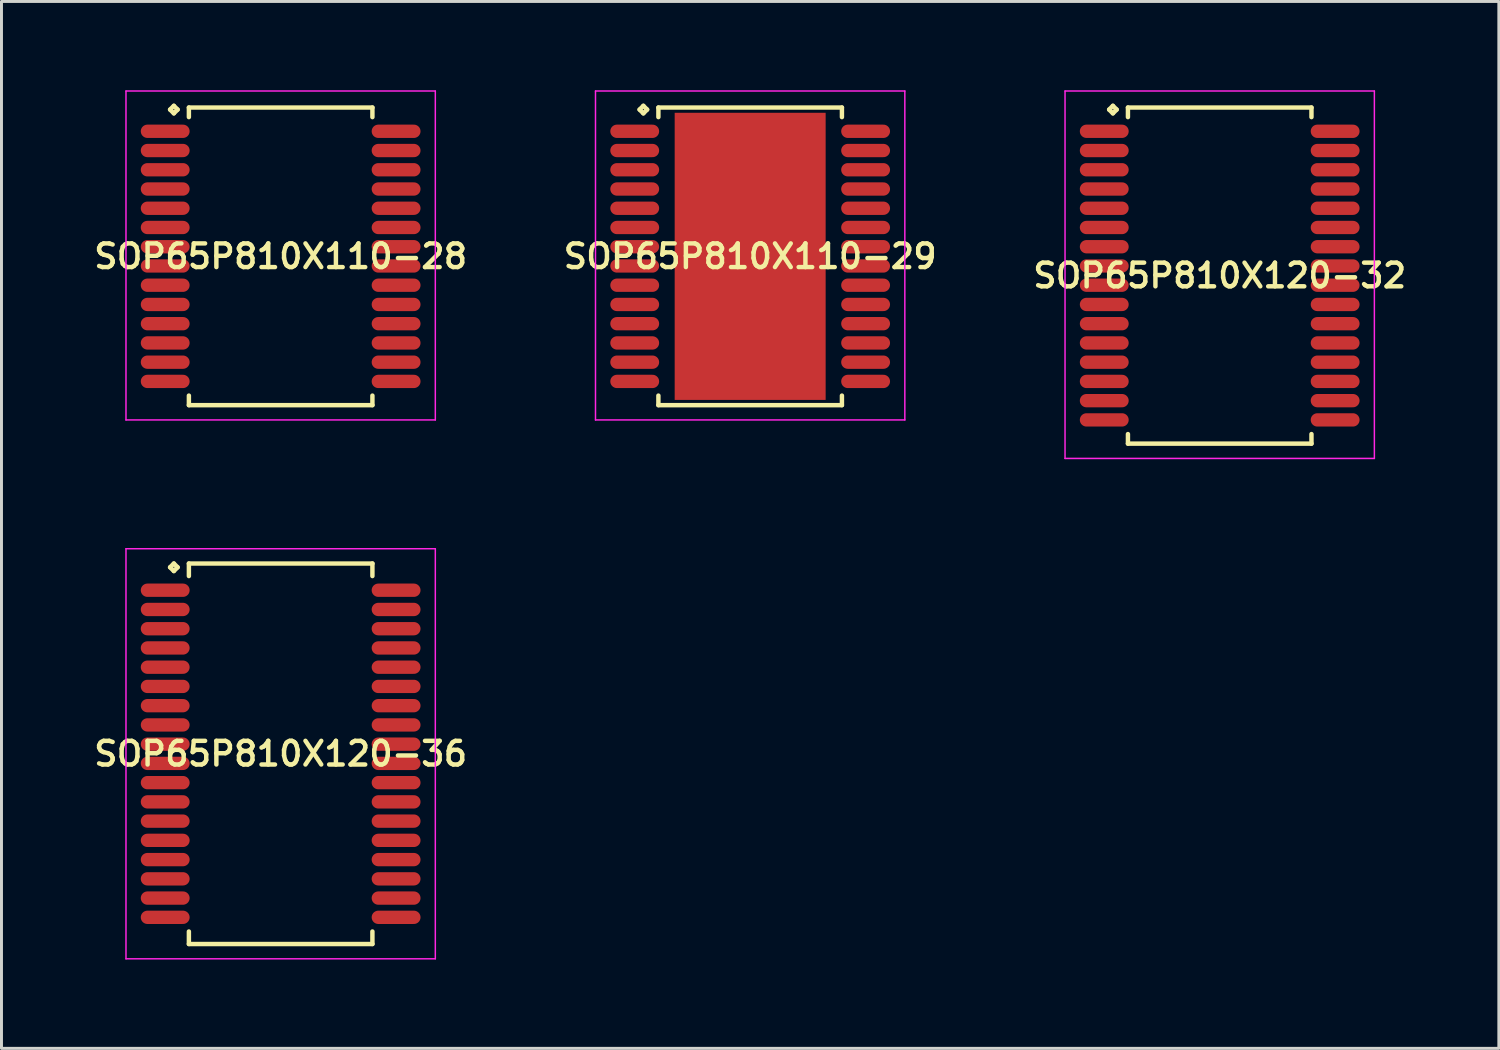
<source format=kicad_pcb>
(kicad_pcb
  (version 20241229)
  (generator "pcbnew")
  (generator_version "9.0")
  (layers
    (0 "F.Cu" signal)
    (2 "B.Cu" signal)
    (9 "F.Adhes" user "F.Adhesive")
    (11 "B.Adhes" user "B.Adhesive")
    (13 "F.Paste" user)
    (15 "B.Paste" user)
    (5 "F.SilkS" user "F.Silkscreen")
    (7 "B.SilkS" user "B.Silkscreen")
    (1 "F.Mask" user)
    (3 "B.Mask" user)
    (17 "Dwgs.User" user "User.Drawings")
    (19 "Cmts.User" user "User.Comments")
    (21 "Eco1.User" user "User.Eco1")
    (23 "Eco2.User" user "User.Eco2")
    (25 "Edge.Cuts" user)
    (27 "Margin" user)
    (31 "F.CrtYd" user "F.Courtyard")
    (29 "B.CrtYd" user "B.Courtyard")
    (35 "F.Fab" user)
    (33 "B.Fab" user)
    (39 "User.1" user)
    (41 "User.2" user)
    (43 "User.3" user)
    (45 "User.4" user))
  (footprint "SOP65P810X120-36"
    (layer "F.Cu")
    (at 6.431 22.414)
    (property "Reference" "SOP65P810X120-36" (at 0 0 0) (layer "F.SilkS") (effects (font (size 0.8 0.8) (thickness 0.15))))
    (attr smd)
    (fp_line (start -3.735 -6.3) (end -3.608 -6.427) (stroke (width 0.15) (type solid)) (layer "F.SilkS"))
    (fp_line (start -3.608 -6.427) (end -3.481 -6.3) (stroke (width 0.15) (type solid)) (layer "F.SilkS"))
    (fp_line (start -3.608 -6.173) (end -3.735 -6.3) (stroke (width 0.15) (type solid)) (layer "F.SilkS"))
    (fp_line (start -3.481 -6.3) (end -3.608 -6.173) (stroke (width 0.15) (type solid)) (layer "F.SilkS"))
    (fp_line (start -3.1 -6.427) (end 3.1 -6.427) (stroke (width 0.15) (type solid)) (layer "F.SilkS"))
    (fp_line (start -3.1 -6.004) (end -3.1 -6.427) (stroke (width 0.15) (type solid)) (layer "F.SilkS"))
    (fp_line (start -3.1 6.004) (end -3.1 6.427) (stroke (width 0.15) (type solid)) (layer "F.SilkS"))
    (fp_line (start -3.1 6.427) (end 3.1 6.427) (stroke (width 0.15) (type solid)) (layer "F.SilkS"))
    (fp_line (start 3.1 -6.427) (end 3.1 -6.004) (stroke (width 0.15) (type solid)) (layer "F.SilkS"))
    (fp_line (start 3.1 6.427) (end 3.1 6.004) (stroke (width 0.15) (type solid)) (layer "F.SilkS"))
    (fp_line (start -5.225 -6.927) (end 5.225 -6.927) (stroke (width 0.05) (type solid)) (layer "F.CrtYd"))
    (fp_line (start -5.225 6.927) (end -5.225 -6.927) (stroke (width 0.05) (type solid)) (layer "F.CrtYd"))
    (fp_line (start 5.225 -6.927) (end 5.225 6.927) (stroke (width 0.05) (type solid)) (layer "F.CrtYd"))
    (fp_line (start 5.225 6.927) (end -5.225 6.927) (stroke (width 0.05) (type solid)) (layer "F.CrtYd"))
    (pad "1" smd oval (at -3.9 -5.525) (size 1.65 0.45) (layers "F.Cu" "F.Mask" "F.Paste"))
    (pad "2" smd oval (at -3.9 -4.875) (size 1.65 0.45) (layers "F.Cu" "F.Mask" "F.Paste"))
    (pad "3" smd oval (at -3.9 -4.225) (size 1.65 0.45) (layers "F.Cu" "F.Mask" "F.Paste"))
    (pad "4" smd oval (at -3.9 -3.575) (size 1.65 0.45) (layers "F.Cu" "F.Mask" "F.Paste"))
    (pad "5" smd oval (at -3.9 -2.925) (size 1.65 0.45) (layers "F.Cu" "F.Mask" "F.Paste"))
    (pad "6" smd oval (at -3.9 -2.275) (size 1.65 0.45) (layers "F.Cu" "F.Mask" "F.Paste"))
    (pad "7" smd oval (at -3.9 -1.625) (size 1.65 0.45) (layers "F.Cu" "F.Mask" "F.Paste"))
    (pad "8" smd oval (at -3.9 -0.975) (size 1.65 0.45) (layers "F.Cu" "F.Mask" "F.Paste"))
    (pad "9" smd oval (at -3.9 -0.325) (size 1.65 0.45) (layers "F.Cu" "F.Mask" "F.Paste"))
    (pad "10" smd oval (at -3.9 0.325) (size 1.65 0.45) (layers "F.Cu" "F.Mask" "F.Paste"))
    (pad "11" smd oval (at -3.9 0.975) (size 1.65 0.45) (layers "F.Cu" "F.Mask" "F.Paste"))
    (pad "12" smd oval (at -3.9 1.625) (size 1.65 0.45) (layers "F.Cu" "F.Mask" "F.Paste"))
    (pad "13" smd oval (at -3.9 2.275) (size 1.65 0.45) (layers "F.Cu" "F.Mask" "F.Paste"))
    (pad "14" smd oval (at -3.9 2.925) (size 1.65 0.45) (layers "F.Cu" "F.Mask" "F.Paste"))
    (pad "15" smd oval (at -3.9 3.575) (size 1.65 0.45) (layers "F.Cu" "F.Mask" "F.Paste"))
    (pad "16" smd oval (at -3.9 4.225) (size 1.65 0.45) (layers "F.Cu" "F.Mask" "F.Paste"))
    (pad "17" smd oval (at -3.9 4.875) (size 1.65 0.45) (layers "F.Cu" "F.Mask" "F.Paste"))
    (pad "18" smd oval (at -3.9 5.525) (size 1.65 0.45) (layers "F.Cu" "F.Mask" "F.Paste"))
    (pad "19" smd oval (at 3.9 5.525) (size 1.65 0.45) (layers "F.Cu" "F.Mask" "F.Paste"))
    (pad "20" smd oval (at 3.9 4.875) (size 1.65 0.45) (layers "F.Cu" "F.Mask" "F.Paste"))
    (pad "21" smd oval (at 3.9 4.225) (size 1.65 0.45) (layers "F.Cu" "F.Mask" "F.Paste"))
    (pad "22" smd oval (at 3.9 3.575) (size 1.65 0.45) (layers "F.Cu" "F.Mask" "F.Paste"))
    (pad "23" smd oval (at 3.9 2.925) (size 1.65 0.45) (layers "F.Cu" "F.Mask" "F.Paste"))
    (pad "24" smd oval (at 3.9 2.275) (size 1.65 0.45) (layers "F.Cu" "F.Mask" "F.Paste"))
    (pad "25" smd oval (at 3.9 1.625) (size 1.65 0.45) (layers "F.Cu" "F.Mask" "F.Paste"))
    (pad "26" smd oval (at 3.9 0.975) (size 1.65 0.45) (layers "F.Cu" "F.Mask" "F.Paste"))
    (pad "27" smd oval (at 3.9 0.325) (size 1.65 0.45) (layers "F.Cu" "F.Mask" "F.Paste"))
    (pad "28" smd oval (at 3.9 -0.325) (size 1.65 0.45) (layers "F.Cu" "F.Mask" "F.Paste"))
    (pad "29" smd oval (at 3.9 -0.975) (size 1.65 0.45) (layers "F.Cu" "F.Mask" "F.Paste"))
    (pad "30" smd oval (at 3.9 -1.625) (size 1.65 0.45) (layers "F.Cu" "F.Mask" "F.Paste"))
    (pad "31" smd oval (at 3.9 -2.275) (size 1.65 0.45) (layers "F.Cu" "F.Mask" "F.Paste"))
    (pad "32" smd oval (at 3.9 -2.925) (size 1.65 0.45) (layers "F.Cu" "F.Mask" "F.Paste"))
    (pad "33" smd oval (at 3.9 -3.575) (size 1.65 0.45) (layers "F.Cu" "F.Mask" "F.Paste"))
    (pad "34" smd oval (at 3.9 -4.225) (size 1.65 0.45) (layers "F.Cu" "F.Mask" "F.Paste"))
    (pad "35" smd oval (at 3.9 -4.875) (size 1.65 0.45) (layers "F.Cu" "F.Mask" "F.Paste"))
    (pad "36" smd oval (at 3.9 -5.525) (size 1.65 0.45) (layers "F.Cu" "F.Mask" "F.Paste")))
  (footprint "SOP65P810X120-32"
    (layer "F.Cu")
    (at 38.154 6.26)
    (property "Reference" "SOP65P810X120-32" (at 0 0 0) (layer "F.SilkS") (effects (font (size 0.8 0.8) (thickness 0.15))))
    (attr smd)
    (fp_line (start -3.735 -5.608) (end -3.608 -5.735) (stroke (width 0.15) (type solid)) (layer "F.SilkS"))
    (fp_line (start -3.608 -5.735) (end -3.481 -5.608) (stroke (width 0.15) (type solid)) (layer "F.SilkS"))
    (fp_line (start -3.608 -5.481) (end -3.735 -5.608) (stroke (width 0.15) (type solid)) (layer "F.SilkS"))
    (fp_line (start -3.481 -5.608) (end -3.608 -5.481) (stroke (width 0.15) (type solid)) (layer "F.SilkS"))
    (fp_line (start -3.1 -5.677) (end 3.1 -5.677) (stroke (width 0.15) (type solid)) (layer "F.SilkS"))
    (fp_line (start -3.1 -5.354) (end -3.1 -5.677) (stroke (width 0.15) (type solid)) (layer "F.SilkS"))
    (fp_line (start -3.1 5.354) (end -3.1 5.677) (stroke (width 0.15) (type solid)) (layer "F.SilkS"))
    (fp_line (start -3.1 5.677) (end 3.1 5.677) (stroke (width 0.15) (type solid)) (layer "F.SilkS"))
    (fp_line (start 3.1 -5.677) (end 3.1 -5.354) (stroke (width 0.15) (type solid)) (layer "F.SilkS"))
    (fp_line (start 3.1 5.677) (end 3.1 5.354) (stroke (width 0.15) (type solid)) (layer "F.SilkS"))
    (fp_line (start -5.225 -6.235) (end 5.225 -6.235) (stroke (width 0.05) (type solid)) (layer "F.CrtYd"))
    (fp_line (start -5.225 6.177) (end -5.225 -6.235) (stroke (width 0.05) (type solid)) (layer "F.CrtYd"))
    (fp_line (start 5.225 -6.235) (end 5.225 6.177) (stroke (width 0.05) (type solid)) (layer "F.CrtYd"))
    (fp_line (start 5.225 6.177) (end -5.225 6.177) (stroke (width 0.05) (type solid)) (layer "F.CrtYd"))
    (pad "1" smd oval (at -3.9 -4.875) (size 1.65 0.45) (layers "F.Cu" "F.Mask" "F.Paste"))
    (pad "2" smd oval (at -3.9 -4.225) (size 1.65 0.45) (layers "F.Cu" "F.Mask" "F.Paste"))
    (pad "3" smd oval (at -3.9 -3.575) (size 1.65 0.45) (layers "F.Cu" "F.Mask" "F.Paste"))
    (pad "4" smd oval (at -3.9 -2.925) (size 1.65 0.45) (layers "F.Cu" "F.Mask" "F.Paste"))
    (pad "5" smd oval (at -3.9 -2.275) (size 1.65 0.45) (layers "F.Cu" "F.Mask" "F.Paste"))
    (pad "6" smd oval (at -3.9 -1.625) (size 1.65 0.45) (layers "F.Cu" "F.Mask" "F.Paste"))
    (pad "7" smd oval (at -3.9 -0.975) (size 1.65 0.45) (layers "F.Cu" "F.Mask" "F.Paste"))
    (pad "8" smd oval (at -3.9 -0.325) (size 1.65 0.45) (layers "F.Cu" "F.Mask" "F.Paste"))
    (pad "9" smd oval (at -3.9 0.325) (size 1.65 0.45) (layers "F.Cu" "F.Mask" "F.Paste"))
    (pad "10" smd oval (at -3.9 0.975) (size 1.65 0.45) (layers "F.Cu" "F.Mask" "F.Paste"))
    (pad "11" smd oval (at -3.9 1.625) (size 1.65 0.45) (layers "F.Cu" "F.Mask" "F.Paste"))
    (pad "12" smd oval (at -3.9 2.275) (size 1.65 0.45) (layers "F.Cu" "F.Mask" "F.Paste"))
    (pad "13" smd oval (at -3.9 2.925) (size 1.65 0.45) (layers "F.Cu" "F.Mask" "F.Paste"))
    (pad "14" smd oval (at -3.9 3.575) (size 1.65 0.45) (layers "F.Cu" "F.Mask" "F.Paste"))
    (pad "15" smd oval (at -3.9 4.225) (size 1.65 0.45) (layers "F.Cu" "F.Mask" "F.Paste"))
    (pad "16" smd oval (at -3.9 4.875) (size 1.65 0.45) (layers "F.Cu" "F.Mask" "F.Paste"))
    (pad "17" smd oval (at 3.9 4.875) (size 1.65 0.45) (layers "F.Cu" "F.Mask" "F.Paste"))
    (pad "18" smd oval (at 3.9 4.225) (size 1.65 0.45) (layers "F.Cu" "F.Mask" "F.Paste"))
    (pad "19" smd oval (at 3.9 3.575) (size 1.65 0.45) (layers "F.Cu" "F.Mask" "F.Paste"))
    (pad "20" smd oval (at 3.9 2.925) (size 1.65 0.45) (layers "F.Cu" "F.Mask" "F.Paste"))
    (pad "21" smd oval (at 3.9 2.275) (size 1.65 0.45) (layers "F.Cu" "F.Mask" "F.Paste"))
    (pad "22" smd oval (at 3.9 1.625) (size 1.65 0.45) (layers "F.Cu" "F.Mask" "F.Paste"))
    (pad "23" smd oval (at 3.9 0.975) (size 1.65 0.45) (layers "F.Cu" "F.Mask" "F.Paste"))
    (pad "24" smd oval (at 3.9 0.325) (size 1.65 0.45) (layers "F.Cu" "F.Mask" "F.Paste"))
    (pad "25" smd oval (at 3.9 -0.325) (size 1.65 0.45) (layers "F.Cu" "F.Mask" "F.Paste"))
    (pad "26" smd oval (at 3.9 -0.975) (size 1.65 0.45) (layers "F.Cu" "F.Mask" "F.Paste"))
    (pad "27" smd oval (at 3.9 -1.625) (size 1.65 0.45) (layers "F.Cu" "F.Mask" "F.Paste"))
    (pad "28" smd oval (at 3.9 -2.275) (size 1.65 0.45) (layers "F.Cu" "F.Mask" "F.Paste"))
    (pad "29" smd oval (at 3.9 -2.925) (size 1.65 0.45) (layers "F.Cu" "F.Mask" "F.Paste"))
    (pad "30" smd oval (at 3.9 -3.575) (size 1.65 0.45) (layers "F.Cu" "F.Mask" "F.Paste"))
    (pad "31" smd oval (at 3.9 -4.225) (size 1.65 0.45) (layers "F.Cu" "F.Mask" "F.Paste"))
    (pad "32" smd oval (at 3.9 -4.875) (size 1.65 0.45) (layers "F.Cu" "F.Mask" "F.Paste")))
  (footprint "SOP65P810X110-29"
    (layer "F.Cu")
    (at 22.292 5.61)
    (property "Reference" "SOP65P810X110-29" (at 0 0 0) (layer "F.SilkS") (effects (font (size 0.8 0.8) (thickness 0.15))))
    (attr smd)
    (fp_line (start -3.735 -4.958) (end -3.608 -5.085) (stroke (width 0.15) (type solid)) (layer "F.SilkS"))
    (fp_line (start -3.608 -5.085) (end -3.481 -4.958) (stroke (width 0.15) (type solid)) (layer "F.SilkS"))
    (fp_line (start -3.608 -4.831) (end -3.735 -4.958) (stroke (width 0.15) (type solid)) (layer "F.SilkS"))
    (fp_line (start -3.481 -4.958) (end -3.608 -4.831) (stroke (width 0.15) (type solid)) (layer "F.SilkS"))
    (fp_line (start -3.1 -5.027) (end 3.1 -5.027) (stroke (width 0.15) (type solid)) (layer "F.SilkS"))
    (fp_line (start -3.1 -4.704) (end -3.1 -5.027) (stroke (width 0.15) (type solid)) (layer "F.SilkS"))
    (fp_line (start -3.1 4.704) (end -3.1 5.027) (stroke (width 0.15) (type solid)) (layer "F.SilkS"))
    (fp_line (start -3.1 5.027) (end 3.1 5.027) (stroke (width 0.15) (type solid)) (layer "F.SilkS"))
    (fp_line (start 3.1 -5.027) (end 3.1 -4.704) (stroke (width 0.15) (type solid)) (layer "F.SilkS"))
    (fp_line (start 3.1 5.027) (end 3.1 4.704) (stroke (width 0.15) (type solid)) (layer "F.SilkS"))
    (fp_line (start -5.225 -5.585) (end 5.225 -5.585) (stroke (width 0.05) (type solid)) (layer "F.CrtYd"))
    (fp_line (start -5.225 5.527) (end -5.225 -5.585) (stroke (width 0.05) (type solid)) (layer "F.CrtYd"))
    (fp_line (start 5.225 -5.585) (end 5.225 5.527) (stroke (width 0.05) (type solid)) (layer "F.CrtYd"))
    (fp_line (start 5.225 5.527) (end -5.225 5.527) (stroke (width 0.05) (type solid)) (layer "F.CrtYd"))
    (pad "1" smd oval (at -3.9 -4.225) (size 1.65 0.45) (layers "F.Cu" "F.Mask" "F.Paste"))
    (pad "2" smd oval (at -3.9 -3.575) (size 1.65 0.45) (layers "F.Cu" "F.Mask" "F.Paste"))
    (pad "3" smd oval (at -3.9 -2.925) (size 1.65 0.45) (layers "F.Cu" "F.Mask" "F.Paste"))
    (pad "4" smd oval (at -3.9 -2.275) (size 1.65 0.45) (layers "F.Cu" "F.Mask" "F.Paste"))
    (pad "5" smd oval (at -3.9 -1.625) (size 1.65 0.45) (layers "F.Cu" "F.Mask" "F.Paste"))
    (pad "6" smd oval (at -3.9 -0.975) (size 1.65 0.45) (layers "F.Cu" "F.Mask" "F.Paste"))
    (pad "7" smd oval (at -3.9 -0.325) (size 1.65 0.45) (layers "F.Cu" "F.Mask" "F.Paste"))
    (pad "8" smd oval (at -3.9 0.325) (size 1.65 0.45) (layers "F.Cu" "F.Mask" "F.Paste"))
    (pad "9" smd oval (at -3.9 0.975) (size 1.65 0.45) (layers "F.Cu" "F.Mask" "F.Paste"))
    (pad "10" smd oval (at -3.9 1.625) (size 1.65 0.45) (layers "F.Cu" "F.Mask" "F.Paste"))
    (pad "11" smd oval (at -3.9 2.275) (size 1.65 0.45) (layers "F.Cu" "F.Mask" "F.Paste"))
    (pad "12" smd oval (at -3.9 2.925) (size 1.65 0.45) (layers "F.Cu" "F.Mask" "F.Paste"))
    (pad "13" smd oval (at -3.9 3.575) (size 1.65 0.45) (layers "F.Cu" "F.Mask" "F.Paste"))
    (pad "14" smd oval (at -3.9 4.225) (size 1.65 0.45) (layers "F.Cu" "F.Mask" "F.Paste"))
    (pad "15" smd oval (at 3.9 4.225) (size 1.65 0.45) (layers "F.Cu" "F.Mask" "F.Paste"))
    (pad "16" smd oval (at 3.9 3.575) (size 1.65 0.45) (layers "F.Cu" "F.Mask" "F.Paste"))
    (pad "17" smd oval (at 3.9 2.925) (size 1.65 0.45) (layers "F.Cu" "F.Mask" "F.Paste"))
    (pad "18" smd oval (at 3.9 2.275) (size 1.65 0.45) (layers "F.Cu" "F.Mask" "F.Paste"))
    (pad "19" smd oval (at 3.9 1.625) (size 1.65 0.45) (layers "F.Cu" "F.Mask" "F.Paste"))
    (pad "20" smd oval (at 3.9 0.975) (size 1.65 0.45) (layers "F.Cu" "F.Mask" "F.Paste"))
    (pad "21" smd oval (at 3.9 0.325) (size 1.65 0.45) (layers "F.Cu" "F.Mask" "F.Paste"))
    (pad "22" smd oval (at 3.9 -0.325) (size 1.65 0.45) (layers "F.Cu" "F.Mask" "F.Paste"))
    (pad "23" smd oval (at 3.9 -0.975) (size 1.65 0.45) (layers "F.Cu" "F.Mask" "F.Paste"))
    (pad "24" smd oval (at 3.9 -1.625) (size 1.65 0.45) (layers "F.Cu" "F.Mask" "F.Paste"))
    (pad "25" smd oval (at 3.9 -2.275) (size 1.65 0.45) (layers "F.Cu" "F.Mask" "F.Paste"))
    (pad "26" smd oval (at 3.9 -2.925) (size 1.65 0.45) (layers "F.Cu" "F.Mask" "F.Paste"))
    (pad "27" smd oval (at 3.9 -3.575) (size 1.65 0.45) (layers "F.Cu" "F.Mask" "F.Paste"))
    (pad "28" smd oval (at 3.9 -4.225) (size 1.65 0.45) (layers "F.Cu" "F.Mask" "F.Paste"))
    (pad "29" smd rect (at 0 0) (size 5.1 9.7) (layers "F.Cu" "F.Mask" "F.Paste")))
  (footprint "SOP65P810X110-28"
    (layer "F.Cu")
    (at 6.431 5.61)
    (property "Reference" "SOP65P810X110-28" (at 0 0 0) (layer "F.SilkS") (effects (font (size 0.8 0.8) (thickness 0.15))))
    (attr smd)
    (fp_line (start -3.735 -4.958) (end -3.608 -5.085) (stroke (width 0.15) (type solid)) (layer "F.SilkS"))
    (fp_line (start -3.608 -5.085) (end -3.481 -4.958) (stroke (width 0.15) (type solid)) (layer "F.SilkS"))
    (fp_line (start -3.608 -4.831) (end -3.735 -4.958) (stroke (width 0.15) (type solid)) (layer "F.SilkS"))
    (fp_line (start -3.481 -4.958) (end -3.608 -4.831) (stroke (width 0.15) (type solid)) (layer "F.SilkS"))
    (fp_line (start -3.1 -5.027) (end 3.1 -5.027) (stroke (width 0.15) (type solid)) (layer "F.SilkS"))
    (fp_line (start -3.1 -4.704) (end -3.1 -5.027) (stroke (width 0.15) (type solid)) (layer "F.SilkS"))
    (fp_line (start -3.1 4.704) (end -3.1 5.027) (stroke (width 0.15) (type solid)) (layer "F.SilkS"))
    (fp_line (start -3.1 5.027) (end 3.1 5.027) (stroke (width 0.15) (type solid)) (layer "F.SilkS"))
    (fp_line (start 3.1 -5.027) (end 3.1 -4.704) (stroke (width 0.15) (type solid)) (layer "F.SilkS"))
    (fp_line (start 3.1 5.027) (end 3.1 4.704) (stroke (width 0.15) (type solid)) (layer "F.SilkS"))
    (fp_line (start -5.225 -5.585) (end 5.225 -5.585) (stroke (width 0.05) (type solid)) (layer "F.CrtYd"))
    (fp_line (start -5.225 5.527) (end -5.225 -5.585) (stroke (width 0.05) (type solid)) (layer "F.CrtYd"))
    (fp_line (start 5.225 -5.585) (end 5.225 5.527) (stroke (width 0.05) (type solid)) (layer "F.CrtYd"))
    (fp_line (start 5.225 5.527) (end -5.225 5.527) (stroke (width 0.05) (type solid)) (layer "F.CrtYd"))
    (pad "1" smd oval (at -3.9 -4.225) (size 1.65 0.45) (layers "F.Cu" "F.Mask" "F.Paste"))
    (pad "2" smd oval (at -3.9 -3.575) (size 1.65 0.45) (layers "F.Cu" "F.Mask" "F.Paste"))
    (pad "3" smd oval (at -3.9 -2.925) (size 1.65 0.45) (layers "F.Cu" "F.Mask" "F.Paste"))
    (pad "4" smd oval (at -3.9 -2.275) (size 1.65 0.45) (layers "F.Cu" "F.Mask" "F.Paste"))
    (pad "5" smd oval (at -3.9 -1.625) (size 1.65 0.45) (layers "F.Cu" "F.Mask" "F.Paste"))
    (pad "6" smd oval (at -3.9 -0.975) (size 1.65 0.45) (layers "F.Cu" "F.Mask" "F.Paste"))
    (pad "7" smd oval (at -3.9 -0.325) (size 1.65 0.45) (layers "F.Cu" "F.Mask" "F.Paste"))
    (pad "8" smd oval (at -3.9 0.325) (size 1.65 0.45) (layers "F.Cu" "F.Mask" "F.Paste"))
    (pad "9" smd oval (at -3.9 0.975) (size 1.65 0.45) (layers "F.Cu" "F.Mask" "F.Paste"))
    (pad "10" smd oval (at -3.9 1.625) (size 1.65 0.45) (layers "F.Cu" "F.Mask" "F.Paste"))
    (pad "11" smd oval (at -3.9 2.275) (size 1.65 0.45) (layers "F.Cu" "F.Mask" "F.Paste"))
    (pad "12" smd oval (at -3.9 2.925) (size 1.65 0.45) (layers "F.Cu" "F.Mask" "F.Paste"))
    (pad "13" smd oval (at -3.9 3.575) (size 1.65 0.45) (layers "F.Cu" "F.Mask" "F.Paste"))
    (pad "14" smd oval (at -3.9 4.225) (size 1.65 0.45) (layers "F.Cu" "F.Mask" "F.Paste"))
    (pad "15" smd oval (at 3.9 4.225) (size 1.65 0.45) (layers "F.Cu" "F.Mask" "F.Paste"))
    (pad "16" smd oval (at 3.9 3.575) (size 1.65 0.45) (layers "F.Cu" "F.Mask" "F.Paste"))
    (pad "17" smd oval (at 3.9 2.925) (size 1.65 0.45) (layers "F.Cu" "F.Mask" "F.Paste"))
    (pad "18" smd oval (at 3.9 2.275) (size 1.65 0.45) (layers "F.Cu" "F.Mask" "F.Paste"))
    (pad "19" smd oval (at 3.9 1.625) (size 1.65 0.45) (layers "F.Cu" "F.Mask" "F.Paste"))
    (pad "20" smd oval (at 3.9 0.975) (size 1.65 0.45) (layers "F.Cu" "F.Mask" "F.Paste"))
    (pad "21" smd oval (at 3.9 0.325) (size 1.65 0.45) (layers "F.Cu" "F.Mask" "F.Paste"))
    (pad "22" smd oval (at 3.9 -0.325) (size 1.65 0.45) (layers "F.Cu" "F.Mask" "F.Paste"))
    (pad "23" smd oval (at 3.9 -0.975) (size 1.65 0.45) (layers "F.Cu" "F.Mask" "F.Paste"))
    (pad "24" smd oval (at 3.9 -1.625) (size 1.65 0.45) (layers "F.Cu" "F.Mask" "F.Paste"))
    (pad "25" smd oval (at 3.9 -2.275) (size 1.65 0.45) (layers "F.Cu" "F.Mask" "F.Paste"))
    (pad "26" smd oval (at 3.9 -2.925) (size 1.65 0.45) (layers "F.Cu" "F.Mask" "F.Paste"))
    (pad "27" smd oval (at 3.9 -3.575) (size 1.65 0.45) (layers "F.Cu" "F.Mask" "F.Paste"))
    (pad "28" smd oval (at 3.9 -4.225) (size 1.65 0.45) (layers "F.Cu" "F.Mask" "F.Paste")))
  (gr_rect
    (start -3 -3)
    (end 47.584 32.366)
    (stroke (width 0.1) (type default))
    (fill no)
    (layer "Edge.Cuts")))
</source>
